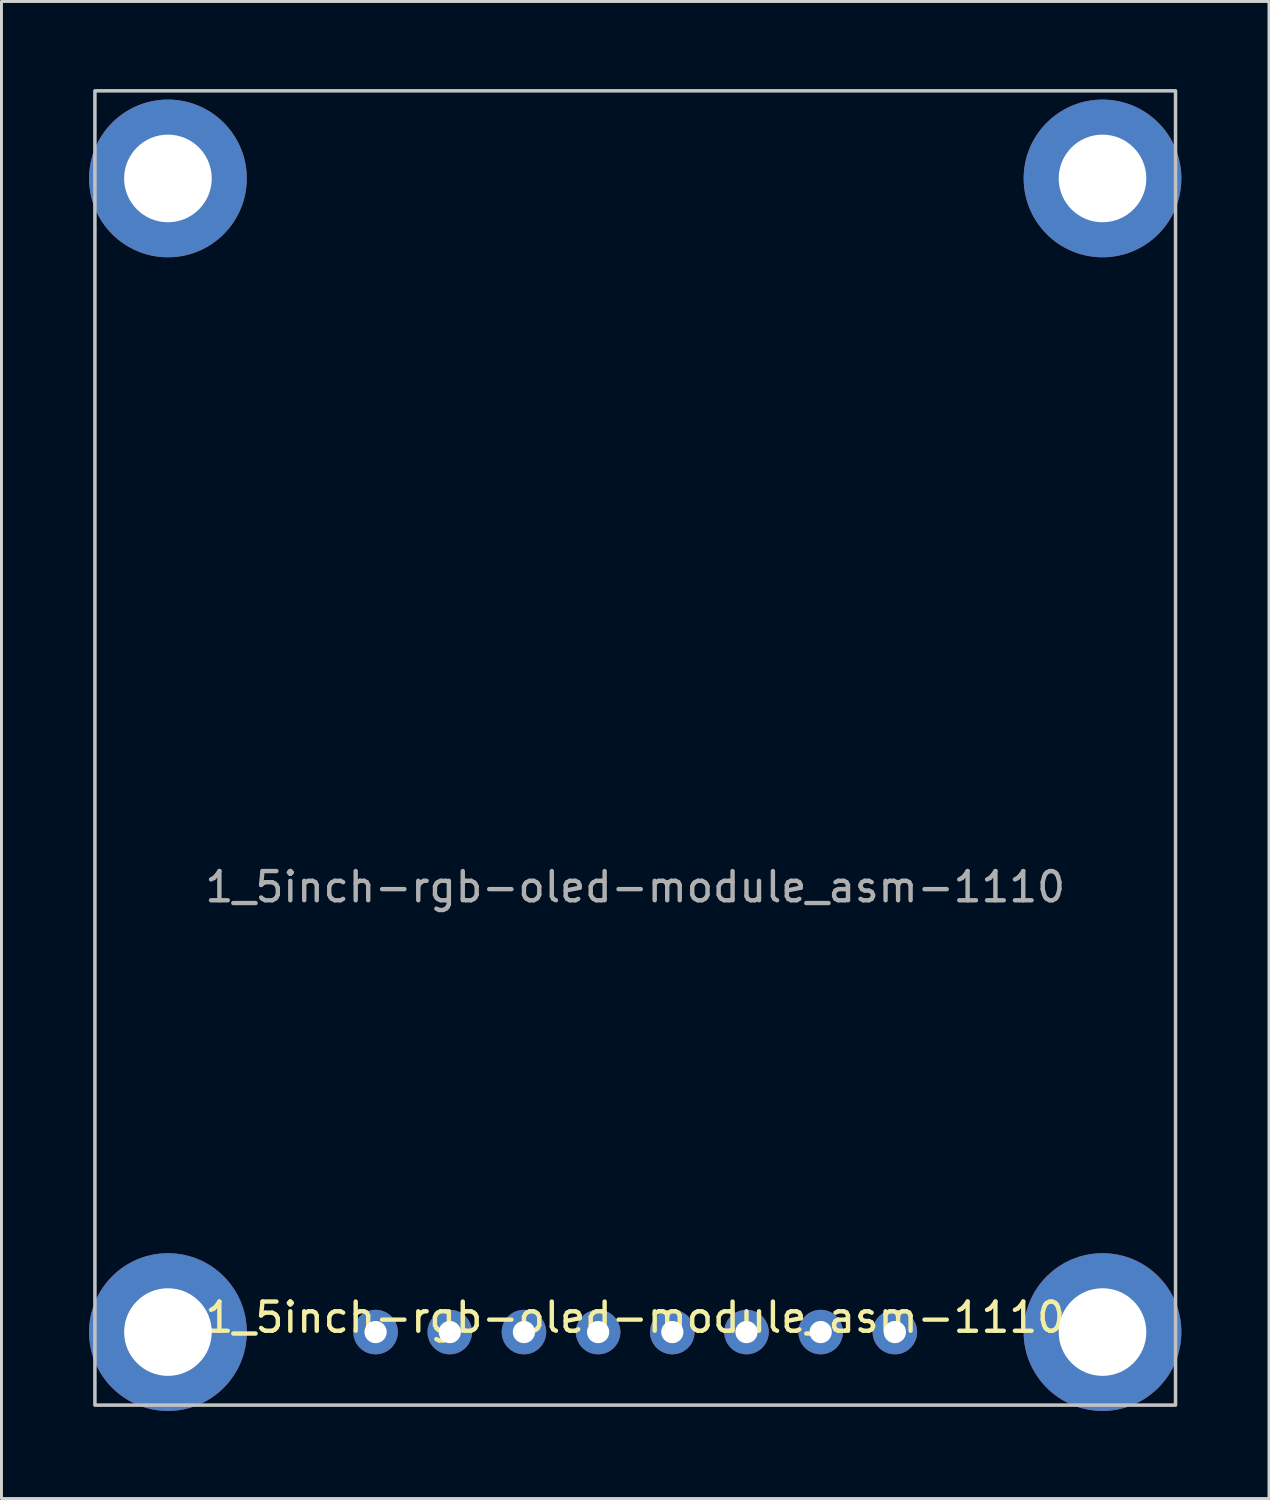
<source format=kicad_pcb>
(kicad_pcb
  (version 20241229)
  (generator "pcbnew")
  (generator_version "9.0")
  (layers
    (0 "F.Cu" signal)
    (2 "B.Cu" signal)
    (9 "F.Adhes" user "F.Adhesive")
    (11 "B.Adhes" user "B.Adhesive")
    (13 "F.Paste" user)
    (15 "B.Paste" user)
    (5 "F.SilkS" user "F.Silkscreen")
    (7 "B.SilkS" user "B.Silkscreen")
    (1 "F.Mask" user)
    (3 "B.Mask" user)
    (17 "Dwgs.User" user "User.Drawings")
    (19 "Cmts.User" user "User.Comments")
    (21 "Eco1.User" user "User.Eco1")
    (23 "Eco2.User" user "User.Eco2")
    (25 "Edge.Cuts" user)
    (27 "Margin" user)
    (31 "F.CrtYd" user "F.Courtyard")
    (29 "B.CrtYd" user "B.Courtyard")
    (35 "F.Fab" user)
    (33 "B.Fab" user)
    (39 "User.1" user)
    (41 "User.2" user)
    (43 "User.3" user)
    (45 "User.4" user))
  (footprint "1_5inch-rgb-oled-module_asm-1110"
    (layer "F.Cu")
    (at 18.7 42.56)
    (property "Reference" "1_5inch-rgb-oled-module_asm-1110" (at 0 -0.5 0) (unlocked yes) (layer "F.SilkS") (effects (font (size 1 1) (thickness 0.15))))
    (attr through_hole)
    (fp_rect (start -18.5 2.5) (end 18.5 -42.5) (stroke (width 0.12) (type solid)) (fill no) (layer "Dwgs.User"))
    (fp_text user "${REFERENCE}" (at 0 -15.24 0) (unlocked yes) (layer "F.Fab") (effects (font (size 1 1) (thickness 0.15))))
    (pad "1" thru_hole circle (at -8.89 0) (size 1.524 1.524) (drill 0.762) (layers "*.Cu" "*.Mask"))
    (pad "2" thru_hole circle (at -16 -39.5) (size 5.4 5.4) (drill 3) (layers "*.Cu" "*.Mask"))
    (pad "2" thru_hole circle (at -16 0) (size 5.4 5.4) (drill 3) (layers "*.Cu" "*.Mask"))
    (pad "2" thru_hole circle (at -6.35 0) (size 1.524 1.524) (drill 0.762) (layers "*.Cu" "*.Mask"))
    (pad "2" thru_hole circle (at 16 -39.5) (size 5.4 5.4) (drill 3) (layers "*.Cu" "*.Mask"))
    (pad "2" thru_hole circle (at 16 0) (size 5.4 5.4) (drill 3) (layers "*.Cu" "*.Mask"))
    (pad "3" thru_hole circle (at -3.81 0) (size 1.524 1.524) (drill 0.762) (layers "*.Cu" "*.Mask"))
    (pad "4" thru_hole circle (at -1.27 0) (size 1.524 1.524) (drill 0.762) (layers "*.Cu" "*.Mask"))
    (pad "5" thru_hole circle (at 1.27 0) (size 1.524 1.524) (drill 0.762) (layers "*.Cu" "*.Mask"))
    (pad "6" thru_hole circle (at 3.81 0) (size 1.524 1.524) (drill 0.762) (layers "*.Cu" "*.Mask"))
    (pad "7" thru_hole circle (at 6.35 0) (size 1.524 1.524) (drill 0.762) (layers "*.Cu" "*.Mask"))
    (pad "8" thru_hole circle (at 8.89 0) (size 1.524 1.524) (drill 0.762) (layers "*.Cu" "*.Mask")))
  (gr_rect
    (start -3 -3)
    (end 40.4 48.26)
    (stroke (width 0.1) (type default))
    (fill no)
    (layer "Edge.Cuts")))
</source>
